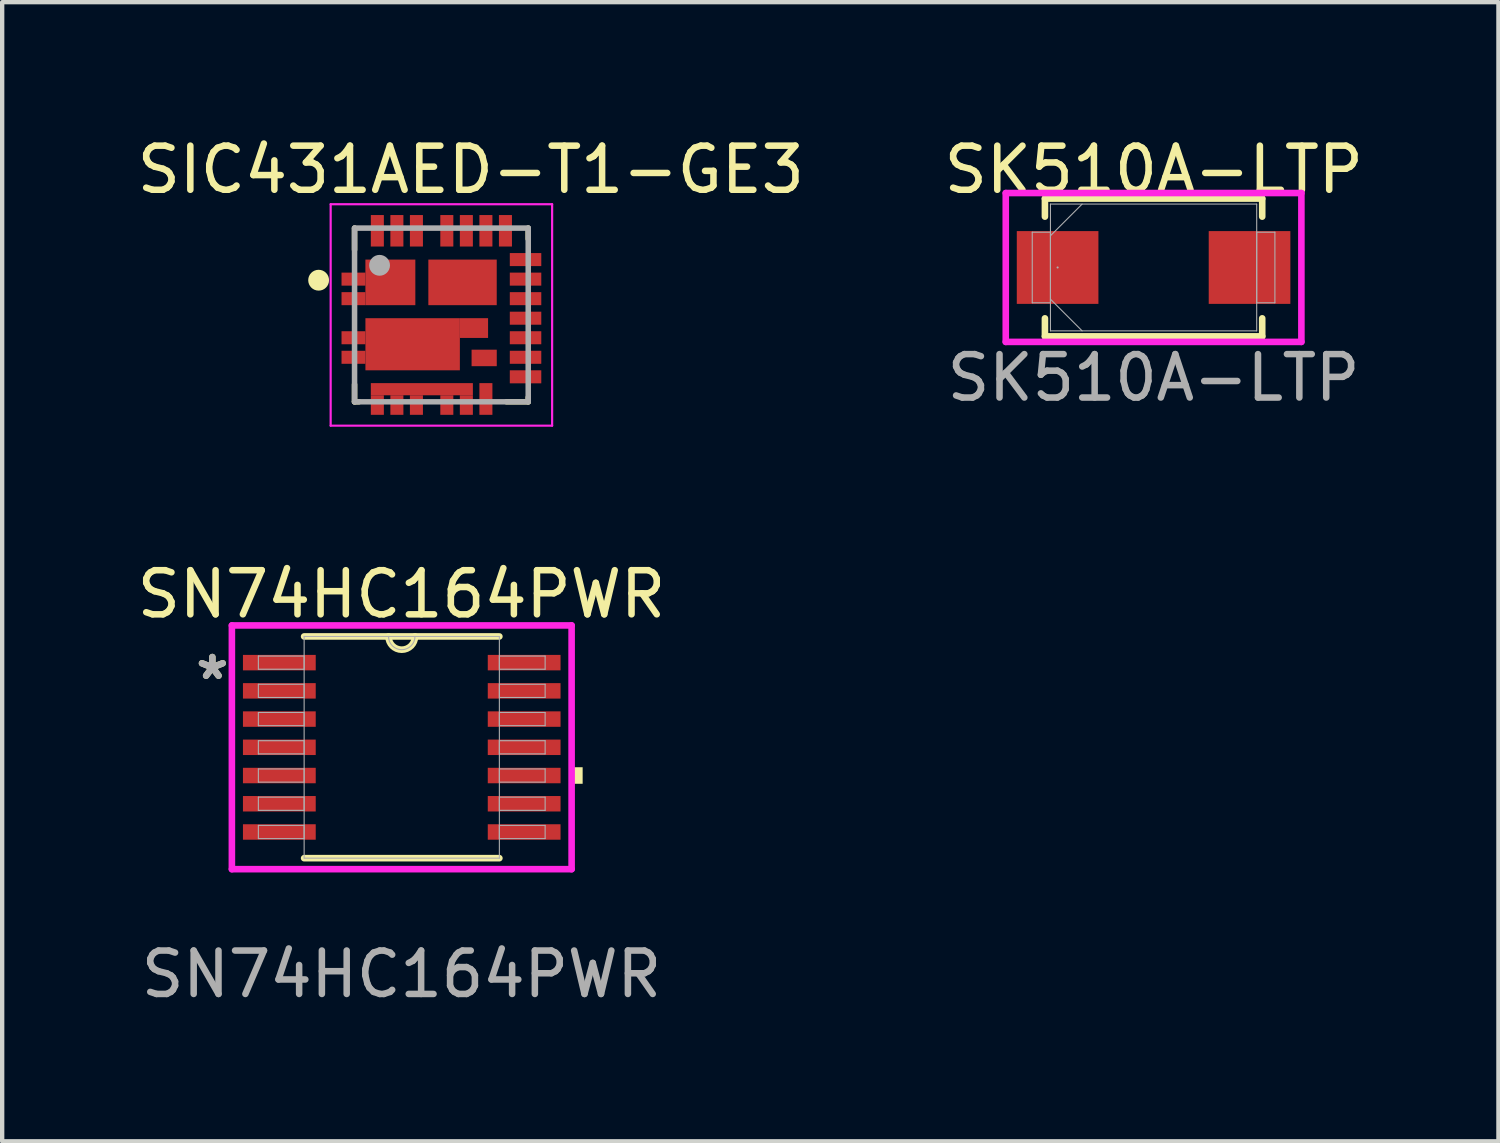
<source format=kicad_pcb>
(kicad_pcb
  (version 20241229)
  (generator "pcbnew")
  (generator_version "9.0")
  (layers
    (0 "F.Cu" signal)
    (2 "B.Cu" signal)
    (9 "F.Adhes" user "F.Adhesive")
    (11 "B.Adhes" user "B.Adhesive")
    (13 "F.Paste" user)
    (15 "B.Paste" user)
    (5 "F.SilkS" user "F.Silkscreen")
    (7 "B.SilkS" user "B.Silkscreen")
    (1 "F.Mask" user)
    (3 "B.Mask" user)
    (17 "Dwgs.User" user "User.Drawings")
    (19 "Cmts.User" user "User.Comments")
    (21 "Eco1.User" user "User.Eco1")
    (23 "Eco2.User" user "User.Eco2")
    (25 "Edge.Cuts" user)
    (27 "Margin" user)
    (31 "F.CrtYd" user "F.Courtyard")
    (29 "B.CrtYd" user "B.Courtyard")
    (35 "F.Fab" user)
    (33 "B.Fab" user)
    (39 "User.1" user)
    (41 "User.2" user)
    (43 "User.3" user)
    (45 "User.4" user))
  (footprint "SIC431AED-T1-GE3"
    (layer "F.Cu")
    (at 7.115 4.203)
    (property "Reference" "SIC431AED-T1-GE3" (at 0.677 -3.345 0) (layer "F.SilkS") (effects (font (size 1.016 1.016) (thickness 0.15))))
    (attr smd)
    (fp_line (start -2 -2) (end -2 -1.5) (stroke (width 0.127) (type solid)) (layer "F.SilkS"))
    (fp_line (start -2 1.6) (end -2 2) (stroke (width 0.127) (type solid)) (layer "F.SilkS"))
    (fp_line (start -2 2) (end -1.9 2) (stroke (width 0.127) (type solid)) (layer "F.SilkS"))
    (fp_line (start 1.5 2) (end 2 2) (stroke (width 0.127) (type solid)) (layer "F.SilkS"))
    (fp_line (start 2 -2) (end 2 -1.75) (stroke (width 0.127) (type solid)) (layer "F.SilkS"))
    (fp_line (start 2 2) (end 2 1.9) (stroke (width 0.127) (type solid)) (layer "F.SilkS"))
    (fp_circle (center -2.827 -0.8) (end -2.707 -0.8) (stroke (width 0.24) (type solid)) (fill no) (layer "F.SilkS"))
    (fp_line (start -2.55 -2.55) (end 2.55 -2.55) (stroke (width 0.05) (type solid)) (layer "F.CrtYd"))
    (fp_line (start -2.55 2.55) (end -2.55 -2.55) (stroke (width 0.05) (type solid)) (layer "F.CrtYd"))
    (fp_line (start 2.55 -2.55) (end 2.55 2.55) (stroke (width 0.05) (type solid)) (layer "F.CrtYd"))
    (fp_line (start 2.55 2.55) (end -2.55 2.55) (stroke (width 0.05) (type solid)) (layer "F.CrtYd"))
    (fp_line (start -2 -2) (end 2 -2) (stroke (width 0.127) (type solid)) (layer "F.Fab"))
    (fp_line (start -2 2) (end -2 -2) (stroke (width 0.127) (type solid)) (layer "F.Fab"))
    (fp_line (start 2 -2) (end 2 2) (stroke (width 0.127) (type solid)) (layer "F.Fab"))
    (fp_line (start 2 2) (end -2 2) (stroke (width 0.127) (type solid)) (layer "F.Fab"))
    (fp_circle (center -1.424 -1.143) (end -1.304 -1.143) (stroke (width 0.24) (type solid)) (fill no) (layer "F.Fab"))
    (pad "1" smd rect (at -2.025 -0.825) (size 0.55 0.3) (layers "F.Cu" "F.Mask" "F.Paste"))
    (pad "2" smd rect (at -2.025 -0.375) (size 0.55 0.3) (layers "F.Cu" "F.Mask" "F.Paste"))
    (pad "3" smd rect (at -2.025 0.525) (size 0.55 0.3) (layers "F.Cu" "F.Mask" "F.Paste"))
    (pad "4" smd rect (at -2.025 0.975) (size 0.55 0.3) (layers "F.Cu" "F.Mask" "F.Paste"))
    (pad "5" smd rect (at -1.475 2.075) (size 0.3 0.45) (layers "F.Cu" "F.Mask" "F.Paste"))
    (pad "6" smd rect (at -1.025 2.075) (size 0.3 0.45) (layers "F.Cu" "F.Mask" "F.Paste"))
    (pad "7" smd rect (at -0.575 2.075) (size 0.3 0.45) (layers "F.Cu" "F.Mask" "F.Paste"))
    (pad "8" smd rect (at 0.125 2.075) (size 0.3 0.45) (layers "F.Cu" "F.Mask" "F.Paste"))
    (pad "9" smd rect (at 0.575 2.075) (size 0.3 0.45) (layers "F.Cu" "F.Mask" "F.Paste"))
    (pad "9.1" smd rect (at -0.45 1.71) (size 2.35 0.28) (layers "F.Cu" "F.Mask" "F.Paste"))
    (pad "10" smd rect (at 1.025 1.935) (size 0.3 0.73) (layers "F.Cu" "F.Mask" "F.Paste"))
    (pad "11" smd rect (at 1.938 1.425 90) (size 0.3 0.725) (layers "F.Cu" "F.Mask" "F.Paste"))
    (pad "12" smd rect (at 1.938 0.975 90) (size 0.3 0.725) (layers "F.Cu" "F.Mask" "F.Paste"))
    (pad "13" smd rect (at 1.938 0.525 90) (size 0.3 0.725) (layers "F.Cu" "F.Mask" "F.Paste"))
    (pad "14" smd rect (at 1.938 0.075 90) (size 0.3 0.725) (layers "F.Cu" "F.Mask" "F.Paste"))
    (pad "15" smd rect (at 1.938 -0.375 90) (size 0.3 0.725) (layers "F.Cu" "F.Mask" "F.Paste"))
    (pad "16" smd rect (at 1.938 -0.825 90) (size 0.3 0.725) (layers "F.Cu" "F.Mask" "F.Paste"))
    (pad "17" smd rect (at 1.938 -1.275 90) (size 0.3 0.725) (layers "F.Cu" "F.Mask" "F.Paste"))
    (pad "18" smd rect (at 1.475 -1.938) (size 0.3 0.725) (layers "F.Cu" "F.Mask" "F.Paste"))
    (pad "19" smd rect (at 1.025 -1.938) (size 0.3 0.725) (layers "F.Cu" "F.Mask" "F.Paste"))
    (pad "20" smd rect (at 0.575 -1.938) (size 0.3 0.725) (layers "F.Cu" "F.Mask" "F.Paste"))
    (pad "21" smd rect (at 0.125 -1.938) (size 0.3 0.725) (layers "F.Cu" "F.Mask" "F.Paste"))
    (pad "22" smd rect (at -0.575 -1.938) (size 0.3 0.725) (layers "F.Cu" "F.Mask" "F.Paste"))
    (pad "23" smd rect (at -1.025 -1.938) (size 0.3 0.725) (layers "F.Cu" "F.Mask" "F.Paste"))
    (pad "24" smd rect (at -1.475 -1.938) (size 0.3 0.725) (layers "F.Cu" "F.Mask" "F.Paste"))
    (pad "25" smd rect (at 0.487 -0.75) (size 1.575 1.05) (layers "F.Cu" "F.Mask" "F.Paste"))
    (pad "26" smd rect (at -1.175 -0.75) (size 1.15 1.05) (layers "F.Cu" "F.Mask" "F.Paste"))
    (pad "27_1" smd rect (at -0.662 0.675) (size 2.175 1.2) (layers "F.Cu" "F.Mask" "F.Paste"))
    (pad "27_2" smd rect (at 0.75 0.302) (size 0.65 0.455) (layers "F.Cu" "F.Mask" "F.Paste"))
    (pad "28" smd rect (at 0.985 0.99) (size 0.58 0.38) (layers "F.Cu" "F.Mask" "F.Paste")))
  (footprint "SK510A-LTP"
    (layer "F.Cu")
    (at 23.516 3.11)
    (property "Reference" "SK510A-LTP" (at 0.005 -2.252 0) (unlocked yes) (layer "F.SilkS") (effects (font (size 1.016 1.016) (thickness 0.15))))
    (attr smd)
    (fp_line (start -2.502 -1.587) (end -2.502 -1.171) (stroke (width 0.152) (type solid)) (layer "F.SilkS"))
    (fp_line (start -2.502 1.171) (end -2.502 1.587) (stroke (width 0.152) (type solid)) (layer "F.SilkS"))
    (fp_line (start -2.502 1.587) (end 2.502 1.587) (stroke (width 0.152) (type solid)) (layer "F.SilkS"))
    (fp_line (start 2.502 -1.587) (end -2.502 -1.587) (stroke (width 0.152) (type solid)) (layer "F.SilkS"))
    (fp_line (start 2.502 -1.171) (end 2.502 -1.587) (stroke (width 0.152) (type solid)) (layer "F.SilkS"))
    (fp_line (start 2.502 1.587) (end 2.502 1.171) (stroke (width 0.152) (type solid)) (layer "F.SilkS"))
    (fp_line (start -3.404 -1.714) (end 3.404 -1.714) (stroke (width 0.152) (type solid)) (layer "F.CrtYd"))
    (fp_line (start -3.404 1.714) (end -3.404 -1.714) (stroke (width 0.152) (type solid)) (layer "F.CrtYd"))
    (fp_line (start 3.404 -1.714) (end 3.404 1.714) (stroke (width 0.152) (type solid)) (layer "F.CrtYd"))
    (fp_line (start 3.404 1.714) (end -3.404 1.714) (stroke (width 0.152) (type solid)) (layer "F.CrtYd"))
    (fp_line (start -2.794 -0.813) (end -2.794 0.813) (stroke (width 0.025) (type solid)) (layer "F.Fab"))
    (fp_line (start -2.794 0.813) (end -2.375 0.813) (stroke (width 0.025) (type solid)) (layer "F.Fab"))
    (fp_line (start -2.375 -1.46) (end -2.375 1.46) (stroke (width 0.025) (type solid)) (layer "F.Fab"))
    (fp_line (start -2.375 -0.813) (end -2.794 -0.813) (stroke (width 0.025) (type solid)) (layer "F.Fab"))
    (fp_line (start -2.375 -0.73) (end -1.645 -1.46) (stroke (width 0.025) (type solid)) (layer "F.Fab"))
    (fp_line (start -2.375 0.73) (end -1.645 1.46) (stroke (width 0.025) (type solid)) (layer "F.Fab"))
    (fp_line (start -2.375 0.813) (end -2.375 -0.813) (stroke (width 0.025) (type solid)) (layer "F.Fab"))
    (fp_line (start -2.375 1.46) (end 2.375 1.46) (stroke (width 0.025) (type solid)) (layer "F.Fab"))
    (fp_line (start 2.375 -1.46) (end -2.375 -1.46) (stroke (width 0.025) (type solid)) (layer "F.Fab"))
    (fp_line (start 2.375 -0.813) (end 2.375 0.813) (stroke (width 0.025) (type solid)) (layer "F.Fab"))
    (fp_line (start 2.375 0.813) (end 2.794 0.813) (stroke (width 0.025) (type solid)) (layer "F.Fab"))
    (fp_line (start 2.375 1.46) (end 2.375 -1.46) (stroke (width 0.025) (type solid)) (layer "F.Fab"))
    (fp_line (start 2.794 -0.813) (end 2.375 -0.813) (stroke (width 0.025) (type solid)) (layer "F.Fab"))
    (fp_line (start 2.794 0.813) (end 2.794 -0.813) (stroke (width 0.025) (type solid)) (layer "F.Fab"))
    (fp_circle (center -2.21 0) (end -2.21 0) (stroke (width 0.025) (type solid)) (fill no) (layer "F.Fab"))
    (fp_text user "${REFERENCE}" (at 0 2.54 0) (unlocked yes) (layer "F.Fab") (effects (font (size 1 1) (thickness 0.15))))
    (pad "1" smd rect (at -2.21 0) (size 1.88 1.676) (layers "F.Cu" "F.Mask" "F.Paste"))
    (pad "2" smd rect (at 2.21 0) (size 1.88 1.676) (layers "F.Cu" "F.Mask" "F.Paste"))
    (zone (net_name "") (layer "F.Cu") (hatch full 0.508) (connect_pads) (min_thickness 0.254) (filled_areas_thickness no) (keepout (tracks not_allowed) (vias not_allowed) (pads allowed) (copperpour not_allowed) (footprints allowed)) (placement (enabled no)) (fill) (polygon (pts (xy 22.297 1.7) (xy 24.735 1.7) (xy 24.735 4.519) (xy 22.297 4.519)))))
  (footprint "SN74HC164PWR"
    (layer "F.Cu")
    (at 6.202 14.16)
    (property "Reference" "SN74HC164PWR" (at -0.006 -3.525 0) (unlocked yes) (layer "F.SilkS") (effects (font (size 1.016 1.016) (thickness 0.15))))
    (attr smd)
    (fp_line (start -2.248 2.553) (end 2.248 2.553) (stroke (width 0.152) (type solid)) (layer "F.SilkS"))
    (fp_line (start 2.248 -2.553) (end -2.248 -2.553) (stroke (width 0.152) (type solid)) (layer "F.SilkS"))
    (fp_arc (start 0.3048 -2.5527) (mid 0 -2.2479) (end -0.3048 -2.5527) (stroke (width 0.1524) (type solid)) (layer "F.SilkS"))
    (fp_poly (pts (xy 4.166 0.459) (xy 4.166 0.84) (xy 3.912 0.84) (xy 3.912 0.459)) (stroke (width 0) (type solid)) (fill yes) (layer "F.SilkS"))
    (fp_line (start -3.912 -2.807) (end 3.912 -2.807) (stroke (width 0.152) (type solid)) (layer "F.CrtYd"))
    (fp_line (start -3.912 2.807) (end -3.912 -2.807) (stroke (width 0.152) (type solid)) (layer "F.CrtYd"))
    (fp_line (start 3.912 -2.807) (end 3.912 2.807) (stroke (width 0.152) (type solid)) (layer "F.CrtYd"))
    (fp_line (start 3.912 2.807) (end -3.912 2.807) (stroke (width 0.152) (type solid)) (layer "F.CrtYd"))
    (fp_line (start -3.302 -2.102) (end -3.302 -1.798) (stroke (width 0.025) (type solid)) (layer "F.Fab"))
    (fp_line (start -3.302 -1.798) (end -2.248 -1.798) (stroke (width 0.025) (type solid)) (layer "F.Fab"))
    (fp_line (start -3.302 -1.452) (end -3.302 -1.148) (stroke (width 0.025) (type solid)) (layer "F.Fab"))
    (fp_line (start -3.302 -1.148) (end -2.248 -1.148) (stroke (width 0.025) (type solid)) (layer "F.Fab"))
    (fp_line (start -3.302 -0.802) (end -3.302 -0.498) (stroke (width 0.025) (type solid)) (layer "F.Fab"))
    (fp_line (start -3.302 -0.498) (end -2.248 -0.498) (stroke (width 0.025) (type solid)) (layer "F.Fab"))
    (fp_line (start -3.302 -0.152) (end -3.302 0.152) (stroke (width 0.025) (type solid)) (layer "F.Fab"))
    (fp_line (start -3.302 0.152) (end -2.248 0.152) (stroke (width 0.025) (type solid)) (layer "F.Fab"))
    (fp_line (start -3.302 0.498) (end -3.302 0.802) (stroke (width 0.025) (type solid)) (layer "F.Fab"))
    (fp_line (start -3.302 0.802) (end -2.248 0.802) (stroke (width 0.025) (type solid)) (layer "F.Fab"))
    (fp_line (start -3.302 1.148) (end -3.302 1.452) (stroke (width 0.025) (type solid)) (layer "F.Fab"))
    (fp_line (start -3.302 1.452) (end -2.248 1.452) (stroke (width 0.025) (type solid)) (layer "F.Fab"))
    (fp_line (start -3.302 1.798) (end -3.302 2.102) (stroke (width 0.025) (type solid)) (layer "F.Fab"))
    (fp_line (start -3.302 2.102) (end -2.248 2.102) (stroke (width 0.025) (type solid)) (layer "F.Fab"))
    (fp_line (start -2.248 -2.553) (end -2.248 2.553) (stroke (width 0.025) (type solid)) (layer "F.Fab"))
    (fp_line (start -2.248 -2.102) (end -3.302 -2.102) (stroke (width 0.025) (type solid)) (layer "F.Fab"))
    (fp_line (start -2.248 -1.798) (end -2.248 -2.102) (stroke (width 0.025) (type solid)) (layer "F.Fab"))
    (fp_line (start -2.248 -1.452) (end -3.302 -1.452) (stroke (width 0.025) (type solid)) (layer "F.Fab"))
    (fp_line (start -2.248 -1.148) (end -2.248 -1.452) (stroke (width 0.025) (type solid)) (layer "F.Fab"))
    (fp_line (start -2.248 -0.802) (end -3.302 -0.802) (stroke (width 0.025) (type solid)) (layer "F.Fab"))
    (fp_line (start -2.248 -0.498) (end -2.248 -0.802) (stroke (width 0.025) (type solid)) (layer "F.Fab"))
    (fp_line (start -2.248 -0.152) (end -3.302 -0.152) (stroke (width 0.025) (type solid)) (layer "F.Fab"))
    (fp_line (start -2.248 0.152) (end -2.248 -0.152) (stroke (width 0.025) (type solid)) (layer "F.Fab"))
    (fp_line (start -2.248 0.498) (end -3.302 0.498) (stroke (width 0.025) (type solid)) (layer "F.Fab"))
    (fp_line (start -2.248 0.802) (end -2.248 0.498) (stroke (width 0.025) (type solid)) (layer "F.Fab"))
    (fp_line (start -2.248 1.148) (end -3.302 1.148) (stroke (width 0.025) (type solid)) (layer "F.Fab"))
    (fp_line (start -2.248 1.452) (end -2.248 1.148) (stroke (width 0.025) (type solid)) (layer "F.Fab"))
    (fp_line (start -2.248 1.798) (end -3.302 1.798) (stroke (width 0.025) (type solid)) (layer "F.Fab"))
    (fp_line (start -2.248 2.102) (end -2.248 1.798) (stroke (width 0.025) (type solid)) (layer "F.Fab"))
    (fp_line (start -2.248 2.553) (end 2.248 2.553) (stroke (width 0.025) (type solid)) (layer "F.Fab"))
    (fp_line (start 2.248 -2.553) (end -2.248 -2.553) (stroke (width 0.025) (type solid)) (layer "F.Fab"))
    (fp_line (start 2.248 -2.102) (end 2.248 -1.798) (stroke (width 0.025) (type solid)) (layer "F.Fab"))
    (fp_line (start 2.248 -1.798) (end 3.302 -1.798) (stroke (width 0.025) (type solid)) (layer "F.Fab"))
    (fp_line (start 2.248 -1.452) (end 2.248 -1.148) (stroke (width 0.025) (type solid)) (layer "F.Fab"))
    (fp_line (start 2.248 -1.148) (end 3.302 -1.148) (stroke (width 0.025) (type solid)) (layer "F.Fab"))
    (fp_line (start 2.248 -0.802) (end 2.248 -0.498) (stroke (width 0.025) (type solid)) (layer "F.Fab"))
    (fp_line (start 2.248 -0.498) (end 3.302 -0.498) (stroke (width 0.025) (type solid)) (layer "F.Fab"))
    (fp_line (start 2.248 -0.152) (end 2.248 0.152) (stroke (width 0.025) (type solid)) (layer "F.Fab"))
    (fp_line (start 2.248 0.152) (end 3.302 0.152) (stroke (width 0.025) (type solid)) (layer "F.Fab"))
    (fp_line (start 2.248 0.498) (end 2.248 0.802) (stroke (width 0.025) (type solid)) (layer "F.Fab"))
    (fp_line (start 2.248 0.802) (end 3.302 0.802) (stroke (width 0.025) (type solid)) (layer "F.Fab"))
    (fp_line (start 2.248 1.148) (end 2.248 1.452) (stroke (width 0.025) (type solid)) (layer "F.Fab"))
    (fp_line (start 2.248 1.452) (end 3.302 1.452) (stroke (width 0.025) (type solid)) (layer "F.Fab"))
    (fp_line (start 2.248 1.798) (end 2.248 2.102) (stroke (width 0.025) (type solid)) (layer "F.Fab"))
    (fp_line (start 2.248 2.102) (end 3.302 2.102) (stroke (width 0.025) (type solid)) (layer "F.Fab"))
    (fp_line (start 2.248 2.553) (end 2.248 -2.553) (stroke (width 0.025) (type solid)) (layer "F.Fab"))
    (fp_line (start 3.302 -2.102) (end 2.248 -2.102) (stroke (width 0.025) (type solid)) (layer "F.Fab"))
    (fp_line (start 3.302 -1.798) (end 3.302 -2.102) (stroke (width 0.025) (type solid)) (layer "F.Fab"))
    (fp_line (start 3.302 -1.452) (end 2.248 -1.452) (stroke (width 0.025) (type solid)) (layer "F.Fab"))
    (fp_line (start 3.302 -1.148) (end 3.302 -1.452) (stroke (width 0.025) (type solid)) (layer "F.Fab"))
    (fp_line (start 3.302 -0.802) (end 2.248 -0.802) (stroke (width 0.025) (type solid)) (layer "F.Fab"))
    (fp_line (start 3.302 -0.498) (end 3.302 -0.802) (stroke (width 0.025) (type solid)) (layer "F.Fab"))
    (fp_line (start 3.302 -0.152) (end 2.248 -0.152) (stroke (width 0.025) (type solid)) (layer "F.Fab"))
    (fp_line (start 3.302 0.152) (end 3.302 -0.152) (stroke (width 0.025) (type solid)) (layer "F.Fab"))
    (fp_line (start 3.302 0.498) (end 2.248 0.498) (stroke (width 0.025) (type solid)) (layer "F.Fab"))
    (fp_line (start 3.302 0.802) (end 3.302 0.498) (stroke (width 0.025) (type solid)) (layer "F.Fab"))
    (fp_line (start 3.302 1.148) (end 2.248 1.148) (stroke (width 0.025) (type solid)) (layer "F.Fab"))
    (fp_line (start 3.302 1.452) (end 3.302 1.148) (stroke (width 0.025) (type solid)) (layer "F.Fab"))
    (fp_line (start 3.302 1.798) (end 2.248 1.798) (stroke (width 0.025) (type solid)) (layer "F.Fab"))
    (fp_line (start 3.302 2.102) (end 3.302 1.798) (stroke (width 0.025) (type solid)) (layer "F.Fab"))
    (fp_arc (start 0.3048 -2.5527) (mid 0 -2.2479) (end -0.3048 -2.5527) (stroke (width 0.0254) (type solid)) (layer "F.Fab"))
    (fp_text user "*" (at -4.362 -1.533 0) (layer "F.SilkS") (effects (font (size 1 1) (thickness 0.15))))
    (fp_text user "${REFERENCE}" (at -0.006 5.225 0) (unlocked yes) (layer "F.Fab") (effects (font (size 1 1) (thickness 0.15))))
    (fp_text user "*" (at -4.362 -1.533 0) (layer "F.Fab") (effects (font (size 1 1) (thickness 0.15))))
    (pad "1" smd rect (at -2.819 -1.95) (size 1.676 0.356) (layers "F.Cu" "F.Mask" "F.Paste"))
    (pad "2" smd rect (at -2.819 -1.3) (size 1.676 0.356) (layers "F.Cu" "F.Mask" "F.Paste"))
    (pad "3" smd rect (at -2.819 -0.65) (size 1.676 0.356) (layers "F.Cu" "F.Mask" "F.Paste"))
    (pad "4" smd rect (at -2.819 0) (size 1.676 0.356) (layers "F.Cu" "F.Mask" "F.Paste"))
    (pad "5" smd rect (at -2.819 0.65) (size 1.676 0.356) (layers "F.Cu" "F.Mask" "F.Paste"))
    (pad "6" smd rect (at -2.819 1.3) (size 1.676 0.356) (layers "F.Cu" "F.Mask" "F.Paste"))
    (pad "7" smd rect (at -2.819 1.95) (size 1.676 0.356) (layers "F.Cu" "F.Mask" "F.Paste"))
    (pad "8" smd rect (at 2.819 1.95) (size 1.676 0.356) (layers "F.Cu" "F.Mask" "F.Paste"))
    (pad "9" smd rect (at 2.819 1.3) (size 1.676 0.356) (layers "F.Cu" "F.Mask" "F.Paste"))
    (pad "10" smd rect (at 2.819 0.65) (size 1.676 0.356) (layers "F.Cu" "F.Mask" "F.Paste"))
    (pad "11" smd rect (at 2.819 0) (size 1.676 0.356) (layers "F.Cu" "F.Mask" "F.Paste"))
    (pad "12" smd rect (at 2.819 -0.65) (size 1.676 0.356) (layers "F.Cu" "F.Mask" "F.Paste"))
    (pad "13" smd rect (at 2.819 -1.3) (size 1.676 0.356) (layers "F.Cu" "F.Mask" "F.Paste"))
    (pad "14" smd rect (at 2.819 -1.95) (size 1.676 0.356) (layers "F.Cu" "F.Mask" "F.Paste")))
  (gr_rect
    (start -3 -3)
    (end 31.458 23.233)
    (stroke (width 0.1) (type default))
    (fill no)
    (layer "Edge.Cuts")))
</source>
